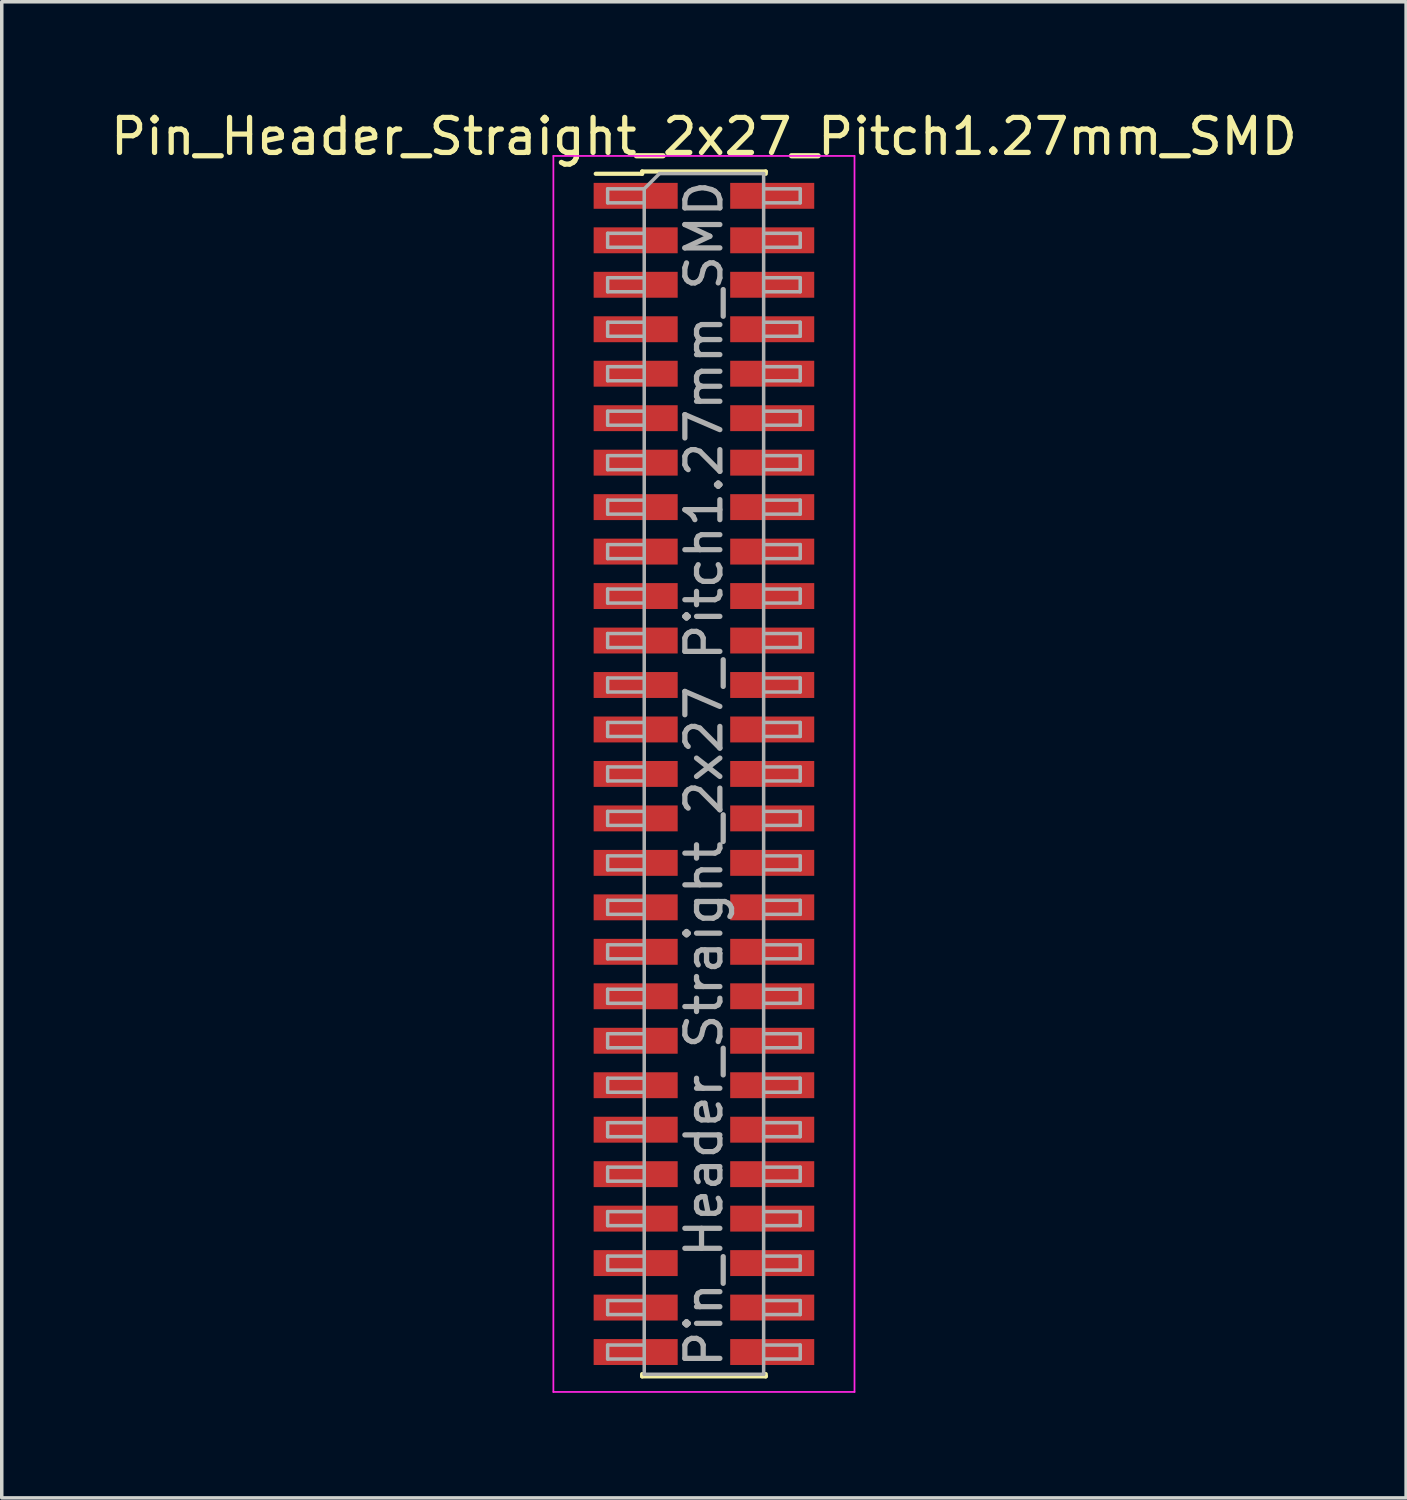
<source format=kicad_pcb>
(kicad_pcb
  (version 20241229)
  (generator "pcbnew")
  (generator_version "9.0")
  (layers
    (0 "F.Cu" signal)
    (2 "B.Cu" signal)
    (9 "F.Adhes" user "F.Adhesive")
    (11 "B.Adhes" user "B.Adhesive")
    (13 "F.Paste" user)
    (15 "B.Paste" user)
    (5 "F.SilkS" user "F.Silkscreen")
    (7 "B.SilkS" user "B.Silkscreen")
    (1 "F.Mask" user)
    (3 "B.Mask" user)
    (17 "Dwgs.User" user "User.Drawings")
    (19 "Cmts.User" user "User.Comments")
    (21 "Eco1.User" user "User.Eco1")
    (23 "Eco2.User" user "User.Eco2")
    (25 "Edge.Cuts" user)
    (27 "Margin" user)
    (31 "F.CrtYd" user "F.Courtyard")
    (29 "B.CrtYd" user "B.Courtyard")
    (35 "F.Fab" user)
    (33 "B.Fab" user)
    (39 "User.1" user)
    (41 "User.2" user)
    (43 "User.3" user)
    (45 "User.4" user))
  (footprint "Pin_Header_Straight_2x27_Pitch1.27mm_SMD"
    (layer "F.Cu")
    (at 17.054 19.053)
    (property "Reference" "Pin_Header_Straight_2x27_Pitch1.27mm_SMD" (at 0 -18.205 0) (layer "F.SilkS") (effects (font (size 1 1) (thickness 0.15))))
    (attr smd)
    (fp_line (start -3.09 -17.14) (end -1.765 -17.14) (stroke (width 0.12) (type solid)) (layer "F.SilkS"))
    (fp_line (start -1.765 -17.205) (end -1.765 -17.14) (stroke (width 0.12) (type solid)) (layer "F.SilkS"))
    (fp_line (start -1.765 -17.205) (end 1.765 -17.205) (stroke (width 0.12) (type solid)) (layer "F.SilkS"))
    (fp_line (start -1.765 17.14) (end -1.765 17.205) (stroke (width 0.12) (type solid)) (layer "F.SilkS"))
    (fp_line (start -1.765 17.205) (end 1.765 17.205) (stroke (width 0.12) (type solid)) (layer "F.SilkS"))
    (fp_line (start 1.765 -17.205) (end 1.765 -17.14) (stroke (width 0.12) (type solid)) (layer "F.SilkS"))
    (fp_line (start 1.765 17.14) (end 1.765 17.205) (stroke (width 0.12) (type solid)) (layer "F.SilkS"))
    (fp_line (start -4.3 -17.65) (end -4.3 17.65) (stroke (width 0.05) (type solid)) (layer "F.CrtYd"))
    (fp_line (start -4.3 17.65) (end 4.3 17.65) (stroke (width 0.05) (type solid)) (layer "F.CrtYd"))
    (fp_line (start 4.3 -17.65) (end -4.3 -17.65) (stroke (width 0.05) (type solid)) (layer "F.CrtYd"))
    (fp_line (start 4.3 17.65) (end 4.3 -17.65) (stroke (width 0.05) (type solid)) (layer "F.CrtYd"))
    (fp_line (start -2.75 -16.71) (end -2.75 -16.31) (stroke (width 0.1) (type solid)) (layer "F.Fab"))
    (fp_line (start -2.75 -16.31) (end -1.705 -16.31) (stroke (width 0.1) (type solid)) (layer "F.Fab"))
    (fp_line (start -2.75 -15.44) (end -2.75 -15.04) (stroke (width 0.1) (type solid)) (layer "F.Fab"))
    (fp_line (start -2.75 -15.04) (end -1.705 -15.04) (stroke (width 0.1) (type solid)) (layer "F.Fab"))
    (fp_line (start -2.75 -14.17) (end -2.75 -13.77) (stroke (width 0.1) (type solid)) (layer "F.Fab"))
    (fp_line (start -2.75 -13.77) (end -1.705 -13.77) (stroke (width 0.1) (type solid)) (layer "F.Fab"))
    (fp_line (start -2.75 -12.9) (end -2.75 -12.5) (stroke (width 0.1) (type solid)) (layer "F.Fab"))
    (fp_line (start -2.75 -12.5) (end -1.705 -12.5) (stroke (width 0.1) (type solid)) (layer "F.Fab"))
    (fp_line (start -2.75 -11.63) (end -2.75 -11.23) (stroke (width 0.1) (type solid)) (layer "F.Fab"))
    (fp_line (start -2.75 -11.23) (end -1.705 -11.23) (stroke (width 0.1) (type solid)) (layer "F.Fab"))
    (fp_line (start -2.75 -10.36) (end -2.75 -9.96) (stroke (width 0.1) (type solid)) (layer "F.Fab"))
    (fp_line (start -2.75 -9.96) (end -1.705 -9.96) (stroke (width 0.1) (type solid)) (layer "F.Fab"))
    (fp_line (start -2.75 -9.09) (end -2.75 -8.69) (stroke (width 0.1) (type solid)) (layer "F.Fab"))
    (fp_line (start -2.75 -8.69) (end -1.705 -8.69) (stroke (width 0.1) (type solid)) (layer "F.Fab"))
    (fp_line (start -2.75 -7.82) (end -2.75 -7.42) (stroke (width 0.1) (type solid)) (layer "F.Fab"))
    (fp_line (start -2.75 -7.42) (end -1.705 -7.42) (stroke (width 0.1) (type solid)) (layer "F.Fab"))
    (fp_line (start -2.75 -6.55) (end -2.75 -6.15) (stroke (width 0.1) (type solid)) (layer "F.Fab"))
    (fp_line (start -2.75 -6.15) (end -1.705 -6.15) (stroke (width 0.1) (type solid)) (layer "F.Fab"))
    (fp_line (start -2.75 -5.28) (end -2.75 -4.88) (stroke (width 0.1) (type solid)) (layer "F.Fab"))
    (fp_line (start -2.75 -4.88) (end -1.705 -4.88) (stroke (width 0.1) (type solid)) (layer "F.Fab"))
    (fp_line (start -2.75 -4.01) (end -2.75 -3.61) (stroke (width 0.1) (type solid)) (layer "F.Fab"))
    (fp_line (start -2.75 -3.61) (end -1.705 -3.61) (stroke (width 0.1) (type solid)) (layer "F.Fab"))
    (fp_line (start -2.75 -2.74) (end -2.75 -2.34) (stroke (width 0.1) (type solid)) (layer "F.Fab"))
    (fp_line (start -2.75 -2.34) (end -1.705 -2.34) (stroke (width 0.1) (type solid)) (layer "F.Fab"))
    (fp_line (start -2.75 -1.47) (end -2.75 -1.07) (stroke (width 0.1) (type solid)) (layer "F.Fab"))
    (fp_line (start -2.75 -1.07) (end -1.705 -1.07) (stroke (width 0.1) (type solid)) (layer "F.Fab"))
    (fp_line (start -2.75 -0.2) (end -2.75 0.2) (stroke (width 0.1) (type solid)) (layer "F.Fab"))
    (fp_line (start -2.75 0.2) (end -1.705 0.2) (stroke (width 0.1) (type solid)) (layer "F.Fab"))
    (fp_line (start -2.75 1.07) (end -2.75 1.47) (stroke (width 0.1) (type solid)) (layer "F.Fab"))
    (fp_line (start -2.75 1.47) (end -1.705 1.47) (stroke (width 0.1) (type solid)) (layer "F.Fab"))
    (fp_line (start -2.75 2.34) (end -2.75 2.74) (stroke (width 0.1) (type solid)) (layer "F.Fab"))
    (fp_line (start -2.75 2.74) (end -1.705 2.74) (stroke (width 0.1) (type solid)) (layer "F.Fab"))
    (fp_line (start -2.75 3.61) (end -2.75 4.01) (stroke (width 0.1) (type solid)) (layer "F.Fab"))
    (fp_line (start -2.75 4.01) (end -1.705 4.01) (stroke (width 0.1) (type solid)) (layer "F.Fab"))
    (fp_line (start -2.75 4.88) (end -2.75 5.28) (stroke (width 0.1) (type solid)) (layer "F.Fab"))
    (fp_line (start -2.75 5.28) (end -1.705 5.28) (stroke (width 0.1) (type solid)) (layer "F.Fab"))
    (fp_line (start -2.75 6.15) (end -2.75 6.55) (stroke (width 0.1) (type solid)) (layer "F.Fab"))
    (fp_line (start -2.75 6.55) (end -1.705 6.55) (stroke (width 0.1) (type solid)) (layer "F.Fab"))
    (fp_line (start -2.75 7.42) (end -2.75 7.82) (stroke (width 0.1) (type solid)) (layer "F.Fab"))
    (fp_line (start -2.75 7.82) (end -1.705 7.82) (stroke (width 0.1) (type solid)) (layer "F.Fab"))
    (fp_line (start -2.75 8.69) (end -2.75 9.09) (stroke (width 0.1) (type solid)) (layer "F.Fab"))
    (fp_line (start -2.75 9.09) (end -1.705 9.09) (stroke (width 0.1) (type solid)) (layer "F.Fab"))
    (fp_line (start -2.75 9.96) (end -2.75 10.36) (stroke (width 0.1) (type solid)) (layer "F.Fab"))
    (fp_line (start -2.75 10.36) (end -1.705 10.36) (stroke (width 0.1) (type solid)) (layer "F.Fab"))
    (fp_line (start -2.75 11.23) (end -2.75 11.63) (stroke (width 0.1) (type solid)) (layer "F.Fab"))
    (fp_line (start -2.75 11.63) (end -1.705 11.63) (stroke (width 0.1) (type solid)) (layer "F.Fab"))
    (fp_line (start -2.75 12.5) (end -2.75 12.9) (stroke (width 0.1) (type solid)) (layer "F.Fab"))
    (fp_line (start -2.75 12.9) (end -1.705 12.9) (stroke (width 0.1) (type solid)) (layer "F.Fab"))
    (fp_line (start -2.75 13.77) (end -2.75 14.17) (stroke (width 0.1) (type solid)) (layer "F.Fab"))
    (fp_line (start -2.75 14.17) (end -1.705 14.17) (stroke (width 0.1) (type solid)) (layer "F.Fab"))
    (fp_line (start -2.75 15.04) (end -2.75 15.44) (stroke (width 0.1) (type solid)) (layer "F.Fab"))
    (fp_line (start -2.75 15.44) (end -1.705 15.44) (stroke (width 0.1) (type solid)) (layer "F.Fab"))
    (fp_line (start -2.75 16.31) (end -2.75 16.71) (stroke (width 0.1) (type solid)) (layer "F.Fab"))
    (fp_line (start -2.75 16.71) (end -1.705 16.71) (stroke (width 0.1) (type solid)) (layer "F.Fab"))
    (fp_line (start -1.705 -16.71) (end -2.75 -16.71) (stroke (width 0.1) (type solid)) (layer "F.Fab"))
    (fp_line (start -1.705 -16.71) (end -1.27 -17.145) (stroke (width 0.1) (type solid)) (layer "F.Fab"))
    (fp_line (start -1.705 -15.44) (end -2.75 -15.44) (stroke (width 0.1) (type solid)) (layer "F.Fab"))
    (fp_line (start -1.705 -14.17) (end -2.75 -14.17) (stroke (width 0.1) (type solid)) (layer "F.Fab"))
    (fp_line (start -1.705 -12.9) (end -2.75 -12.9) (stroke (width 0.1) (type solid)) (layer "F.Fab"))
    (fp_line (start -1.705 -11.63) (end -2.75 -11.63) (stroke (width 0.1) (type solid)) (layer "F.Fab"))
    (fp_line (start -1.705 -10.36) (end -2.75 -10.36) (stroke (width 0.1) (type solid)) (layer "F.Fab"))
    (fp_line (start -1.705 -9.09) (end -2.75 -9.09) (stroke (width 0.1) (type solid)) (layer "F.Fab"))
    (fp_line (start -1.705 -7.82) (end -2.75 -7.82) (stroke (width 0.1) (type solid)) (layer "F.Fab"))
    (fp_line (start -1.705 -6.55) (end -2.75 -6.55) (stroke (width 0.1) (type solid)) (layer "F.Fab"))
    (fp_line (start -1.705 -5.28) (end -2.75 -5.28) (stroke (width 0.1) (type solid)) (layer "F.Fab"))
    (fp_line (start -1.705 -4.01) (end -2.75 -4.01) (stroke (width 0.1) (type solid)) (layer "F.Fab"))
    (fp_line (start -1.705 -2.74) (end -2.75 -2.74) (stroke (width 0.1) (type solid)) (layer "F.Fab"))
    (fp_line (start -1.705 -1.47) (end -2.75 -1.47) (stroke (width 0.1) (type solid)) (layer "F.Fab"))
    (fp_line (start -1.705 -0.2) (end -2.75 -0.2) (stroke (width 0.1) (type solid)) (layer "F.Fab"))
    (fp_line (start -1.705 1.07) (end -2.75 1.07) (stroke (width 0.1) (type solid)) (layer "F.Fab"))
    (fp_line (start -1.705 2.34) (end -2.75 2.34) (stroke (width 0.1) (type solid)) (layer "F.Fab"))
    (fp_line (start -1.705 3.61) (end -2.75 3.61) (stroke (width 0.1) (type solid)) (layer "F.Fab"))
    (fp_line (start -1.705 4.88) (end -2.75 4.88) (stroke (width 0.1) (type solid)) (layer "F.Fab"))
    (fp_line (start -1.705 6.15) (end -2.75 6.15) (stroke (width 0.1) (type solid)) (layer "F.Fab"))
    (fp_line (start -1.705 7.42) (end -2.75 7.42) (stroke (width 0.1) (type solid)) (layer "F.Fab"))
    (fp_line (start -1.705 8.69) (end -2.75 8.69) (stroke (width 0.1) (type solid)) (layer "F.Fab"))
    (fp_line (start -1.705 9.96) (end -2.75 9.96) (stroke (width 0.1) (type solid)) (layer "F.Fab"))
    (fp_line (start -1.705 11.23) (end -2.75 11.23) (stroke (width 0.1) (type solid)) (layer "F.Fab"))
    (fp_line (start -1.705 12.5) (end -2.75 12.5) (stroke (width 0.1) (type solid)) (layer "F.Fab"))
    (fp_line (start -1.705 13.77) (end -2.75 13.77) (stroke (width 0.1) (type solid)) (layer "F.Fab"))
    (fp_line (start -1.705 15.04) (end -2.75 15.04) (stroke (width 0.1) (type solid)) (layer "F.Fab"))
    (fp_line (start -1.705 16.31) (end -2.75 16.31) (stroke (width 0.1) (type solid)) (layer "F.Fab"))
    (fp_line (start -1.705 17.145) (end -1.705 -16.71) (stroke (width 0.1) (type solid)) (layer "F.Fab"))
    (fp_line (start -1.27 -17.145) (end 1.705 -17.145) (stroke (width 0.1) (type solid)) (layer "F.Fab"))
    (fp_line (start 1.705 -17.145) (end 1.705 17.145) (stroke (width 0.1) (type solid)) (layer "F.Fab"))
    (fp_line (start 1.705 -16.71) (end 2.75 -16.71) (stroke (width 0.1) (type solid)) (layer "F.Fab"))
    (fp_line (start 1.705 -15.44) (end 2.75 -15.44) (stroke (width 0.1) (type solid)) (layer "F.Fab"))
    (fp_line (start 1.705 -14.17) (end 2.75 -14.17) (stroke (width 0.1) (type solid)) (layer "F.Fab"))
    (fp_line (start 1.705 -12.9) (end 2.75 -12.9) (stroke (width 0.1) (type solid)) (layer "F.Fab"))
    (fp_line (start 1.705 -11.63) (end 2.75 -11.63) (stroke (width 0.1) (type solid)) (layer "F.Fab"))
    (fp_line (start 1.705 -10.36) (end 2.75 -10.36) (stroke (width 0.1) (type solid)) (layer "F.Fab"))
    (fp_line (start 1.705 -9.09) (end 2.75 -9.09) (stroke (width 0.1) (type solid)) (layer "F.Fab"))
    (fp_line (start 1.705 -7.82) (end 2.75 -7.82) (stroke (width 0.1) (type solid)) (layer "F.Fab"))
    (fp_line (start 1.705 -6.55) (end 2.75 -6.55) (stroke (width 0.1) (type solid)) (layer "F.Fab"))
    (fp_line (start 1.705 -5.28) (end 2.75 -5.28) (stroke (width 0.1) (type solid)) (layer "F.Fab"))
    (fp_line (start 1.705 -4.01) (end 2.75 -4.01) (stroke (width 0.1) (type solid)) (layer "F.Fab"))
    (fp_line (start 1.705 -2.74) (end 2.75 -2.74) (stroke (width 0.1) (type solid)) (layer "F.Fab"))
    (fp_line (start 1.705 -1.47) (end 2.75 -1.47) (stroke (width 0.1) (type solid)) (layer "F.Fab"))
    (fp_line (start 1.705 -0.2) (end 2.75 -0.2) (stroke (width 0.1) (type solid)) (layer "F.Fab"))
    (fp_line (start 1.705 1.07) (end 2.75 1.07) (stroke (width 0.1) (type solid)) (layer "F.Fab"))
    (fp_line (start 1.705 2.34) (end 2.75 2.34) (stroke (width 0.1) (type solid)) (layer "F.Fab"))
    (fp_line (start 1.705 3.61) (end 2.75 3.61) (stroke (width 0.1) (type solid)) (layer "F.Fab"))
    (fp_line (start 1.705 4.88) (end 2.75 4.88) (stroke (width 0.1) (type solid)) (layer "F.Fab"))
    (fp_line (start 1.705 6.15) (end 2.75 6.15) (stroke (width 0.1) (type solid)) (layer "F.Fab"))
    (fp_line (start 1.705 7.42) (end 2.75 7.42) (stroke (width 0.1) (type solid)) (layer "F.Fab"))
    (fp_line (start 1.705 8.69) (end 2.75 8.69) (stroke (width 0.1) (type solid)) (layer "F.Fab"))
    (fp_line (start 1.705 9.96) (end 2.75 9.96) (stroke (width 0.1) (type solid)) (layer "F.Fab"))
    (fp_line (start 1.705 11.23) (end 2.75 11.23) (stroke (width 0.1) (type solid)) (layer "F.Fab"))
    (fp_line (start 1.705 12.5) (end 2.75 12.5) (stroke (width 0.1) (type solid)) (layer "F.Fab"))
    (fp_line (start 1.705 13.77) (end 2.75 13.77) (stroke (width 0.1) (type solid)) (layer "F.Fab"))
    (fp_line (start 1.705 15.04) (end 2.75 15.04) (stroke (width 0.1) (type solid)) (layer "F.Fab"))
    (fp_line (start 1.705 16.31) (end 2.75 16.31) (stroke (width 0.1) (type solid)) (layer "F.Fab"))
    (fp_line (start 1.705 17.145) (end -1.705 17.145) (stroke (width 0.1) (type solid)) (layer "F.Fab"))
    (fp_line (start 2.75 -16.71) (end 2.75 -16.31) (stroke (width 0.1) (type solid)) (layer "F.Fab"))
    (fp_line (start 2.75 -16.31) (end 1.705 -16.31) (stroke (width 0.1) (type solid)) (layer "F.Fab"))
    (fp_line (start 2.75 -15.44) (end 2.75 -15.04) (stroke (width 0.1) (type solid)) (layer "F.Fab"))
    (fp_line (start 2.75 -15.04) (end 1.705 -15.04) (stroke (width 0.1) (type solid)) (layer "F.Fab"))
    (fp_line (start 2.75 -14.17) (end 2.75 -13.77) (stroke (width 0.1) (type solid)) (layer "F.Fab"))
    (fp_line (start 2.75 -13.77) (end 1.705 -13.77) (stroke (width 0.1) (type solid)) (layer "F.Fab"))
    (fp_line (start 2.75 -12.9) (end 2.75 -12.5) (stroke (width 0.1) (type solid)) (layer "F.Fab"))
    (fp_line (start 2.75 -12.5) (end 1.705 -12.5) (stroke (width 0.1) (type solid)) (layer "F.Fab"))
    (fp_line (start 2.75 -11.63) (end 2.75 -11.23) (stroke (width 0.1) (type solid)) (layer "F.Fab"))
    (fp_line (start 2.75 -11.23) (end 1.705 -11.23) (stroke (width 0.1) (type solid)) (layer "F.Fab"))
    (fp_line (start 2.75 -10.36) (end 2.75 -9.96) (stroke (width 0.1) (type solid)) (layer "F.Fab"))
    (fp_line (start 2.75 -9.96) (end 1.705 -9.96) (stroke (width 0.1) (type solid)) (layer "F.Fab"))
    (fp_line (start 2.75 -9.09) (end 2.75 -8.69) (stroke (width 0.1) (type solid)) (layer "F.Fab"))
    (fp_line (start 2.75 -8.69) (end 1.705 -8.69) (stroke (width 0.1) (type solid)) (layer "F.Fab"))
    (fp_line (start 2.75 -7.82) (end 2.75 -7.42) (stroke (width 0.1) (type solid)) (layer "F.Fab"))
    (fp_line (start 2.75 -7.42) (end 1.705 -7.42) (stroke (width 0.1) (type solid)) (layer "F.Fab"))
    (fp_line (start 2.75 -6.55) (end 2.75 -6.15) (stroke (width 0.1) (type solid)) (layer "F.Fab"))
    (fp_line (start 2.75 -6.15) (end 1.705 -6.15) (stroke (width 0.1) (type solid)) (layer "F.Fab"))
    (fp_line (start 2.75 -5.28) (end 2.75 -4.88) (stroke (width 0.1) (type solid)) (layer "F.Fab"))
    (fp_line (start 2.75 -4.88) (end 1.705 -4.88) (stroke (width 0.1) (type solid)) (layer "F.Fab"))
    (fp_line (start 2.75 -4.01) (end 2.75 -3.61) (stroke (width 0.1) (type solid)) (layer "F.Fab"))
    (fp_line (start 2.75 -3.61) (end 1.705 -3.61) (stroke (width 0.1) (type solid)) (layer "F.Fab"))
    (fp_line (start 2.75 -2.74) (end 2.75 -2.34) (stroke (width 0.1) (type solid)) (layer "F.Fab"))
    (fp_line (start 2.75 -2.34) (end 1.705 -2.34) (stroke (width 0.1) (type solid)) (layer "F.Fab"))
    (fp_line (start 2.75 -1.47) (end 2.75 -1.07) (stroke (width 0.1) (type solid)) (layer "F.Fab"))
    (fp_line (start 2.75 -1.07) (end 1.705 -1.07) (stroke (width 0.1) (type solid)) (layer "F.Fab"))
    (fp_line (start 2.75 -0.2) (end 2.75 0.2) (stroke (width 0.1) (type solid)) (layer "F.Fab"))
    (fp_line (start 2.75 0.2) (end 1.705 0.2) (stroke (width 0.1) (type solid)) (layer "F.Fab"))
    (fp_line (start 2.75 1.07) (end 2.75 1.47) (stroke (width 0.1) (type solid)) (layer "F.Fab"))
    (fp_line (start 2.75 1.47) (end 1.705 1.47) (stroke (width 0.1) (type solid)) (layer "F.Fab"))
    (fp_line (start 2.75 2.34) (end 2.75 2.74) (stroke (width 0.1) (type solid)) (layer "F.Fab"))
    (fp_line (start 2.75 2.74) (end 1.705 2.74) (stroke (width 0.1) (type solid)) (layer "F.Fab"))
    (fp_line (start 2.75 3.61) (end 2.75 4.01) (stroke (width 0.1) (type solid)) (layer "F.Fab"))
    (fp_line (start 2.75 4.01) (end 1.705 4.01) (stroke (width 0.1) (type solid)) (layer "F.Fab"))
    (fp_line (start 2.75 4.88) (end 2.75 5.28) (stroke (width 0.1) (type solid)) (layer "F.Fab"))
    (fp_line (start 2.75 5.28) (end 1.705 5.28) (stroke (width 0.1) (type solid)) (layer "F.Fab"))
    (fp_line (start 2.75 6.15) (end 2.75 6.55) (stroke (width 0.1) (type solid)) (layer "F.Fab"))
    (fp_line (start 2.75 6.55) (end 1.705 6.55) (stroke (width 0.1) (type solid)) (layer "F.Fab"))
    (fp_line (start 2.75 7.42) (end 2.75 7.82) (stroke (width 0.1) (type solid)) (layer "F.Fab"))
    (fp_line (start 2.75 7.82) (end 1.705 7.82) (stroke (width 0.1) (type solid)) (layer "F.Fab"))
    (fp_line (start 2.75 8.69) (end 2.75 9.09) (stroke (width 0.1) (type solid)) (layer "F.Fab"))
    (fp_line (start 2.75 9.09) (end 1.705 9.09) (stroke (width 0.1) (type solid)) (layer "F.Fab"))
    (fp_line (start 2.75 9.96) (end 2.75 10.36) (stroke (width 0.1) (type solid)) (layer "F.Fab"))
    (fp_line (start 2.75 10.36) (end 1.705 10.36) (stroke (width 0.1) (type solid)) (layer "F.Fab"))
    (fp_line (start 2.75 11.23) (end 2.75 11.63) (stroke (width 0.1) (type solid)) (layer "F.Fab"))
    (fp_line (start 2.75 11.63) (end 1.705 11.63) (stroke (width 0.1) (type solid)) (layer "F.Fab"))
    (fp_line (start 2.75 12.5) (end 2.75 12.9) (stroke (width 0.1) (type solid)) (layer "F.Fab"))
    (fp_line (start 2.75 12.9) (end 1.705 12.9) (stroke (width 0.1) (type solid)) (layer "F.Fab"))
    (fp_line (start 2.75 13.77) (end 2.75 14.17) (stroke (width 0.1) (type solid)) (layer "F.Fab"))
    (fp_line (start 2.75 14.17) (end 1.705 14.17) (stroke (width 0.1) (type solid)) (layer "F.Fab"))
    (fp_line (start 2.75 15.04) (end 2.75 15.44) (stroke (width 0.1) (type solid)) (layer "F.Fab"))
    (fp_line (start 2.75 15.44) (end 1.705 15.44) (stroke (width 0.1) (type solid)) (layer "F.Fab"))
    (fp_line (start 2.75 16.31) (end 2.75 16.71) (stroke (width 0.1) (type solid)) (layer "F.Fab"))
    (fp_line (start 2.75 16.71) (end 1.705 16.71) (stroke (width 0.1) (type solid)) (layer "F.Fab"))
    (fp_text user "${REFERENCE}" (at 0 0 90) (layer "F.Fab") (effects (font (size 1 1) (thickness 0.15))))
    (pad "1" smd rect (at -1.95 -16.51) (size 2.4 0.74) (layers "F.Cu" "F.Mask" "F.Paste"))
    (pad "2" smd rect (at 1.95 -16.51) (size 2.4 0.74) (layers "F.Cu" "F.Mask" "F.Paste"))
    (pad "3" smd rect (at -1.95 -15.24) (size 2.4 0.74) (layers "F.Cu" "F.Mask" "F.Paste"))
    (pad "4" smd rect (at 1.95 -15.24) (size 2.4 0.74) (layers "F.Cu" "F.Mask" "F.Paste"))
    (pad "5" smd rect (at -1.95 -13.97) (size 2.4 0.74) (layers "F.Cu" "F.Mask" "F.Paste"))
    (pad "6" smd rect (at 1.95 -13.97) (size 2.4 0.74) (layers "F.Cu" "F.Mask" "F.Paste"))
    (pad "7" smd rect (at -1.95 -12.7) (size 2.4 0.74) (layers "F.Cu" "F.Mask" "F.Paste"))
    (pad "8" smd rect (at 1.95 -12.7) (size 2.4 0.74) (layers "F.Cu" "F.Mask" "F.Paste"))
    (pad "9" smd rect (at -1.95 -11.43) (size 2.4 0.74) (layers "F.Cu" "F.Mask" "F.Paste"))
    (pad "10" smd rect (at 1.95 -11.43) (size 2.4 0.74) (layers "F.Cu" "F.Mask" "F.Paste"))
    (pad "11" smd rect (at -1.95 -10.16) (size 2.4 0.74) (layers "F.Cu" "F.Mask" "F.Paste"))
    (pad "12" smd rect (at 1.95 -10.16) (size 2.4 0.74) (layers "F.Cu" "F.Mask" "F.Paste"))
    (pad "13" smd rect (at -1.95 -8.89) (size 2.4 0.74) (layers "F.Cu" "F.Mask" "F.Paste"))
    (pad "14" smd rect (at 1.95 -8.89) (size 2.4 0.74) (layers "F.Cu" "F.Mask" "F.Paste"))
    (pad "15" smd rect (at -1.95 -7.62) (size 2.4 0.74) (layers "F.Cu" "F.Mask" "F.Paste"))
    (pad "16" smd rect (at 1.95 -7.62) (size 2.4 0.74) (layers "F.Cu" "F.Mask" "F.Paste"))
    (pad "17" smd rect (at -1.95 -6.35) (size 2.4 0.74) (layers "F.Cu" "F.Mask" "F.Paste"))
    (pad "18" smd rect (at 1.95 -6.35) (size 2.4 0.74) (layers "F.Cu" "F.Mask" "F.Paste"))
    (pad "19" smd rect (at -1.95 -5.08) (size 2.4 0.74) (layers "F.Cu" "F.Mask" "F.Paste"))
    (pad "20" smd rect (at 1.95 -5.08) (size 2.4 0.74) (layers "F.Cu" "F.Mask" "F.Paste"))
    (pad "21" smd rect (at -1.95 -3.81) (size 2.4 0.74) (layers "F.Cu" "F.Mask" "F.Paste"))
    (pad "22" smd rect (at 1.95 -3.81) (size 2.4 0.74) (layers "F.Cu" "F.Mask" "F.Paste"))
    (pad "23" smd rect (at -1.95 -2.54) (size 2.4 0.74) (layers "F.Cu" "F.Mask" "F.Paste"))
    (pad "24" smd rect (at 1.95 -2.54) (size 2.4 0.74) (layers "F.Cu" "F.Mask" "F.Paste"))
    (pad "25" smd rect (at -1.95 -1.27) (size 2.4 0.74) (layers "F.Cu" "F.Mask" "F.Paste"))
    (pad "26" smd rect (at 1.95 -1.27) (size 2.4 0.74) (layers "F.Cu" "F.Mask" "F.Paste"))
    (pad "27" smd rect (at -1.95 0) (size 2.4 0.74) (layers "F.Cu" "F.Mask" "F.Paste"))
    (pad "28" smd rect (at 1.95 0) (size 2.4 0.74) (layers "F.Cu" "F.Mask" "F.Paste"))
    (pad "29" smd rect (at -1.95 1.27) (size 2.4 0.74) (layers "F.Cu" "F.Mask" "F.Paste"))
    (pad "30" smd rect (at 1.95 1.27) (size 2.4 0.74) (layers "F.Cu" "F.Mask" "F.Paste"))
    (pad "31" smd rect (at -1.95 2.54) (size 2.4 0.74) (layers "F.Cu" "F.Mask" "F.Paste"))
    (pad "32" smd rect (at 1.95 2.54) (size 2.4 0.74) (layers "F.Cu" "F.Mask" "F.Paste"))
    (pad "33" smd rect (at -1.95 3.81) (size 2.4 0.74) (layers "F.Cu" "F.Mask" "F.Paste"))
    (pad "34" smd rect (at 1.95 3.81) (size 2.4 0.74) (layers "F.Cu" "F.Mask" "F.Paste"))
    (pad "35" smd rect (at -1.95 5.08) (size 2.4 0.74) (layers "F.Cu" "F.Mask" "F.Paste"))
    (pad "36" smd rect (at 1.95 5.08) (size 2.4 0.74) (layers "F.Cu" "F.Mask" "F.Paste"))
    (pad "37" smd rect (at -1.95 6.35) (size 2.4 0.74) (layers "F.Cu" "F.Mask" "F.Paste"))
    (pad "38" smd rect (at 1.95 6.35) (size 2.4 0.74) (layers "F.Cu" "F.Mask" "F.Paste"))
    (pad "39" smd rect (at -1.95 7.62) (size 2.4 0.74) (layers "F.Cu" "F.Mask" "F.Paste"))
    (pad "40" smd rect (at 1.95 7.62) (size 2.4 0.74) (layers "F.Cu" "F.Mask" "F.Paste"))
    (pad "41" smd rect (at -1.95 8.89) (size 2.4 0.74) (layers "F.Cu" "F.Mask" "F.Paste"))
    (pad "42" smd rect (at 1.95 8.89) (size 2.4 0.74) (layers "F.Cu" "F.Mask" "F.Paste"))
    (pad "43" smd rect (at -1.95 10.16) (size 2.4 0.74) (layers "F.Cu" "F.Mask" "F.Paste"))
    (pad "44" smd rect (at 1.95 10.16) (size 2.4 0.74) (layers "F.Cu" "F.Mask" "F.Paste"))
    (pad "45" smd rect (at -1.95 11.43) (size 2.4 0.74) (layers "F.Cu" "F.Mask" "F.Paste"))
    (pad "46" smd rect (at 1.95 11.43) (size 2.4 0.74) (layers "F.Cu" "F.Mask" "F.Paste"))
    (pad "47" smd rect (at -1.95 12.7) (size 2.4 0.74) (layers "F.Cu" "F.Mask" "F.Paste"))
    (pad "48" smd rect (at 1.95 12.7) (size 2.4 0.74) (layers "F.Cu" "F.Mask" "F.Paste"))
    (pad "49" smd rect (at -1.95 13.97) (size 2.4 0.74) (layers "F.Cu" "F.Mask" "F.Paste"))
    (pad "50" smd rect (at 1.95 13.97) (size 2.4 0.74) (layers "F.Cu" "F.Mask" "F.Paste"))
    (pad "51" smd rect (at -1.95 15.24) (size 2.4 0.74) (layers "F.Cu" "F.Mask" "F.Paste"))
    (pad "52" smd rect (at 1.95 15.24) (size 2.4 0.74) (layers "F.Cu" "F.Mask" "F.Paste"))
    (pad "53" smd rect (at -1.95 16.51) (size 2.4 0.74) (layers "F.Cu" "F.Mask" "F.Paste"))
    (pad "54" smd rect (at 1.95 16.51) (size 2.4 0.74) (layers "F.Cu" "F.Mask" "F.Paste")))
  (gr_rect
    (start -3 -3)
    (end 37.107 39.728)
    (stroke (width 0.1) (type default))
    (fill no)
    (layer "Edge.Cuts")))
</source>
